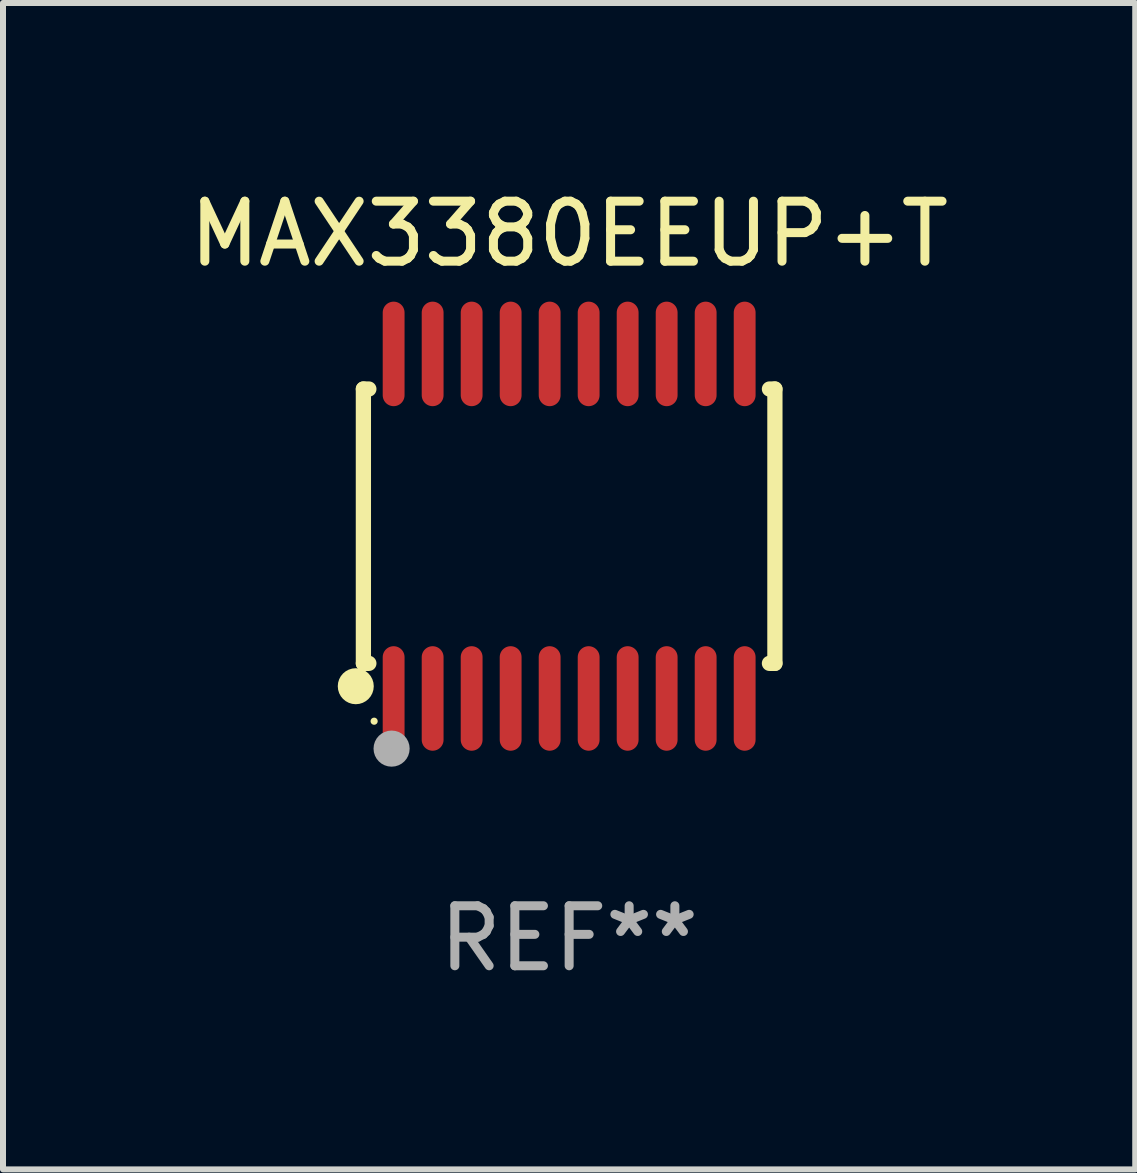
<source format=kicad_pcb>
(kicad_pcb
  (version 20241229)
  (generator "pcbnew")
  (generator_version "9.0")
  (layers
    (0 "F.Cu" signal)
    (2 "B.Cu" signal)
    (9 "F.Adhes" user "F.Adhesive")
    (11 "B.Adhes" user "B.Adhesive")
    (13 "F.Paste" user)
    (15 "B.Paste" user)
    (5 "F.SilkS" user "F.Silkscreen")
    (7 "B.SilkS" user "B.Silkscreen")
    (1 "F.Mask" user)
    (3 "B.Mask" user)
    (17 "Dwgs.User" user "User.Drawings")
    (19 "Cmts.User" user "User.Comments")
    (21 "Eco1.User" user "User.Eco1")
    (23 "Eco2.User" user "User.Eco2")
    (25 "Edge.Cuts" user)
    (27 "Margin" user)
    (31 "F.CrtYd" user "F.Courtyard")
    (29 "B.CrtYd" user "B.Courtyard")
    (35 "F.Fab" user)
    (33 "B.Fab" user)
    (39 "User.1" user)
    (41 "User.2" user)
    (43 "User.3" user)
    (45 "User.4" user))
  (footprint "MAX3380EEUP+T"
    (layer "F.Cu")
    (at 6.435 5.719)
    (property "Reference" "MAX3380EEUP+T" (at 0 -4.871 0) (layer "F.SilkS") (effects (font (size 1 1) (thickness 0.15))))
    (attr through_hole)
    (fp_line (start -3.429 -2.286) (end -3.429 2.286) (stroke (width 0.254) (type solid)) (layer "F.SilkS"))
    (fp_line (start -3.429 2.286) (end -3.338 2.286) (stroke (width 0.254) (type solid)) (layer "F.SilkS"))
    (fp_line (start -3.338 -2.286) (end -3.429 -2.286) (stroke (width 0.254) (type solid)) (layer "F.SilkS"))
    (fp_line (start 3.338 -2.286) (end 3.429 -2.286) (stroke (width 0.254) (type solid)) (layer "F.SilkS"))
    (fp_line (start 3.429 -2.286) (end 3.429 2.286) (stroke (width 0.254) (type solid)) (layer "F.SilkS"))
    (fp_line (start 3.429 2.286) (end 3.338 2.286) (stroke (width 0.254) (type solid)) (layer "F.SilkS"))
    (fp_circle (center -3.556 2.667) (end -3.406 2.667) (stroke (width 0.3) (type solid)) (fill no) (layer "F.SilkS"))
    (fp_circle (center -3.25 3.25) (end -3.22 3.25) (stroke (width 0.06) (type solid)) (fill no) (layer "F.SilkS"))
    (fp_circle (center -2.959 3.707) (end -2.808 3.707) (stroke (width 0.3) (type solid)) (fill no) (layer "F.Fab"))
    (fp_text user "REF**" (at 0 6.871 0) (layer "F.Fab") (effects (font (size 1 1) (thickness 0.15))))
    (pad "1" smd oval (at -2.925 2.871) (size 0.364 1.742) (layers "F.Cu" "F.Mask" "F.Paste"))
    (pad "2" smd oval (at -2.275 2.871) (size 0.364 1.742) (layers "F.Cu" "F.Mask" "F.Paste"))
    (pad "3" smd oval (at -1.625 2.871) (size 0.364 1.742) (layers "F.Cu" "F.Mask" "F.Paste"))
    (pad "4" smd oval (at -0.975 2.871) (size 0.364 1.742) (layers "F.Cu" "F.Mask" "F.Paste"))
    (pad "5" smd oval (at -0.325 2.871) (size 0.364 1.742) (layers "F.Cu" "F.Mask" "F.Paste"))
    (pad "6" smd oval (at 0.325 2.871) (size 0.364 1.742) (layers "F.Cu" "F.Mask" "F.Paste"))
    (pad "7" smd oval (at 0.975 2.871) (size 0.364 1.742) (layers "F.Cu" "F.Mask" "F.Paste"))
    (pad "8" smd oval (at 1.625 2.871) (size 0.364 1.742) (layers "F.Cu" "F.Mask" "F.Paste"))
    (pad "9" smd oval (at 2.275 2.871) (size 0.364 1.742) (layers "F.Cu" "F.Mask" "F.Paste"))
    (pad "10" smd oval (at 2.925 2.871) (size 0.364 1.742) (layers "F.Cu" "F.Mask" "F.Paste"))
    (pad "11" smd oval (at 2.925 -2.871) (size 0.364 1.742) (layers "F.Cu" "F.Mask" "F.Paste"))
    (pad "12" smd oval (at 2.275 -2.871) (size 0.364 1.742) (layers "F.Cu" "F.Mask" "F.Paste"))
    (pad "13" smd oval (at 1.625 -2.871) (size 0.364 1.742) (layers "F.Cu" "F.Mask" "F.Paste"))
    (pad "14" smd oval (at 0.975 -2.871) (size 0.364 1.742) (layers "F.Cu" "F.Mask" "F.Paste"))
    (pad "15" smd oval (at 0.325 -2.871) (size 0.364 1.742) (layers "F.Cu" "F.Mask" "F.Paste"))
    (pad "16" smd oval (at -0.325 -2.871) (size 0.364 1.742) (layers "F.Cu" "F.Mask" "F.Paste"))
    (pad "17" smd oval (at -0.975 -2.871) (size 0.364 1.742) (layers "F.Cu" "F.Mask" "F.Paste"))
    (pad "18" smd oval (at -1.625 -2.871) (size 0.364 1.742) (layers "F.Cu" "F.Mask" "F.Paste"))
    (pad "19" smd oval (at -2.275 -2.871) (size 0.364 1.742) (layers "F.Cu" "F.Mask" "F.Paste"))
    (pad "20" smd oval (at -2.925 -2.871) (size 0.364 1.742) (layers "F.Cu" "F.Mask" "F.Paste")))
  (gr_rect
    (start -3 -3)
    (end 15.869 16.438)
    (stroke (width 0.1) (type default))
    (fill no)
    (layer "Edge.Cuts")))
</source>
